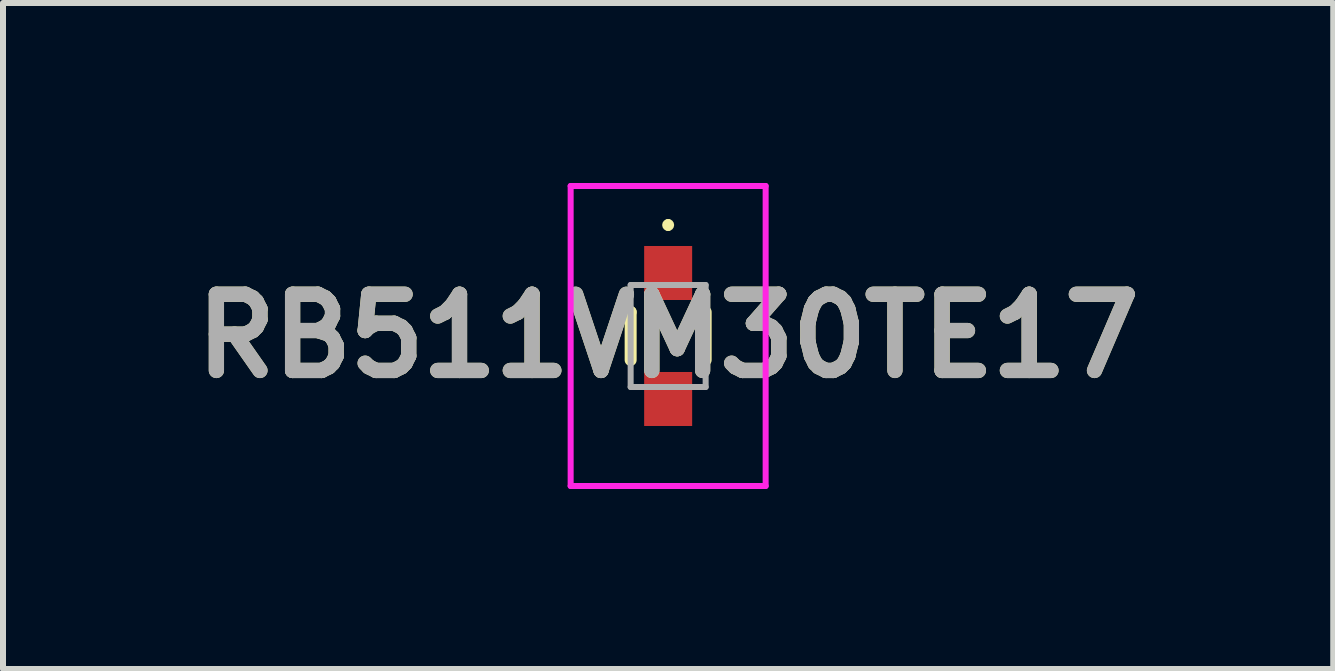
<source format=kicad_pcb>
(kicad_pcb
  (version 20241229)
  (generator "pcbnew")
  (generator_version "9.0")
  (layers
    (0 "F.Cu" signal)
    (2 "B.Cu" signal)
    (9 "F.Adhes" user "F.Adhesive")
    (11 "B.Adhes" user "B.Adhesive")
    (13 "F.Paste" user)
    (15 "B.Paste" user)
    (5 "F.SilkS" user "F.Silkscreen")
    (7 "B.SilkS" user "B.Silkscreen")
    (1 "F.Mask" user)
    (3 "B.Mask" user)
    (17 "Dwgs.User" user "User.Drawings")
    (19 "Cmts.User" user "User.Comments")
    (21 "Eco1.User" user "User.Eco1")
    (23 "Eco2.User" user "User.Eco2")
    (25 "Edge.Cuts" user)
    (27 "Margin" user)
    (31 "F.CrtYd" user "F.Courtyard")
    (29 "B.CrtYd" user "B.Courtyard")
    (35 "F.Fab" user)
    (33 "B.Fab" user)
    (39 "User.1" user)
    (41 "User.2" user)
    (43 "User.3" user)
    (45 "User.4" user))
  (footprint "RB511VM30TE17"
    (layer "F.Cu")
    (at 8.086 2.55)
    (property "Reference" "RB511VM30TE17" (at 0 0 0) (layer "F.SilkS") (effects (font (size 1.27 1.27) (thickness 0.254))))
    (attr smd)
    (fp_line (start -0.625 -0.4) (end -0.625 -0.4) (stroke (width 0.2) (type solid)) (layer "F.SilkS"))
    (fp_line (start -0.625 -0.4) (end -0.625 0.4) (stroke (width 0.2) (type solid)) (layer "F.SilkS"))
    (fp_line (start 0 -1.9) (end 0 -1.9) (stroke (width 0.1) (type solid)) (layer "F.SilkS"))
    (fp_line (start 0 -1.8) (end 0 -1.8) (stroke (width 0.1) (type solid)) (layer "F.SilkS"))
    (fp_line (start 0.625 -0.4) (end 0.625 0.4) (stroke (width 0.2) (type solid)) (layer "F.SilkS"))
    (fp_arc (start 0 -1.9) (mid 0.05 -1.85) (end 0 -1.8) (stroke (width 0.1) (type solid)) (layer "F.SilkS"))
    (fp_arc (start 0 -1.8) (mid -0.05 -1.85) (end 0 -1.9) (stroke (width 0.1) (type solid)) (layer "F.SilkS"))
    (fp_line (start -1.625 -2.5) (end 1.625 -2.5) (stroke (width 0.1) (type solid)) (layer "F.CrtYd"))
    (fp_line (start -1.625 2.5) (end -1.625 -2.5) (stroke (width 0.1) (type solid)) (layer "F.CrtYd"))
    (fp_line (start 1.625 -2.5) (end 1.625 2.5) (stroke (width 0.1) (type solid)) (layer "F.CrtYd"))
    (fp_line (start 1.625 2.5) (end -1.625 2.5) (stroke (width 0.1) (type solid)) (layer "F.CrtYd"))
    (fp_line (start -0.625 -0.85) (end 0.625 -0.85) (stroke (width 0.1) (type solid)) (layer "F.Fab"))
    (fp_line (start -0.625 0.85) (end -0.625 -0.85) (stroke (width 0.1) (type solid)) (layer "F.Fab"))
    (fp_line (start 0.625 -0.85) (end 0.625 0.85) (stroke (width 0.1) (type solid)) (layer "F.Fab"))
    (fp_line (start 0.625 0.85) (end -0.625 0.85) (stroke (width 0.1) (type solid)) (layer "F.Fab"))
    (fp_text user "${REFERENCE}" (at 0 0 0) (layer "F.Fab") (effects (font (size 1.27 1.27) (thickness 0.254))))
    (pad "1" smd rect (at 0 -1.05) (size 0.8 0.9) (layers "F.Cu" "F.Mask" "F.Paste"))
    (pad "2" smd rect (at 0 1.05) (size 0.8 0.9) (layers "F.Cu" "F.Mask" "F.Paste")))
  (gr_rect
    (start -3 -3)
    (end 19.171 8.1)
    (stroke (width 0.1) (type default))
    (fill no)
    (layer "Edge.Cuts")))
</source>
